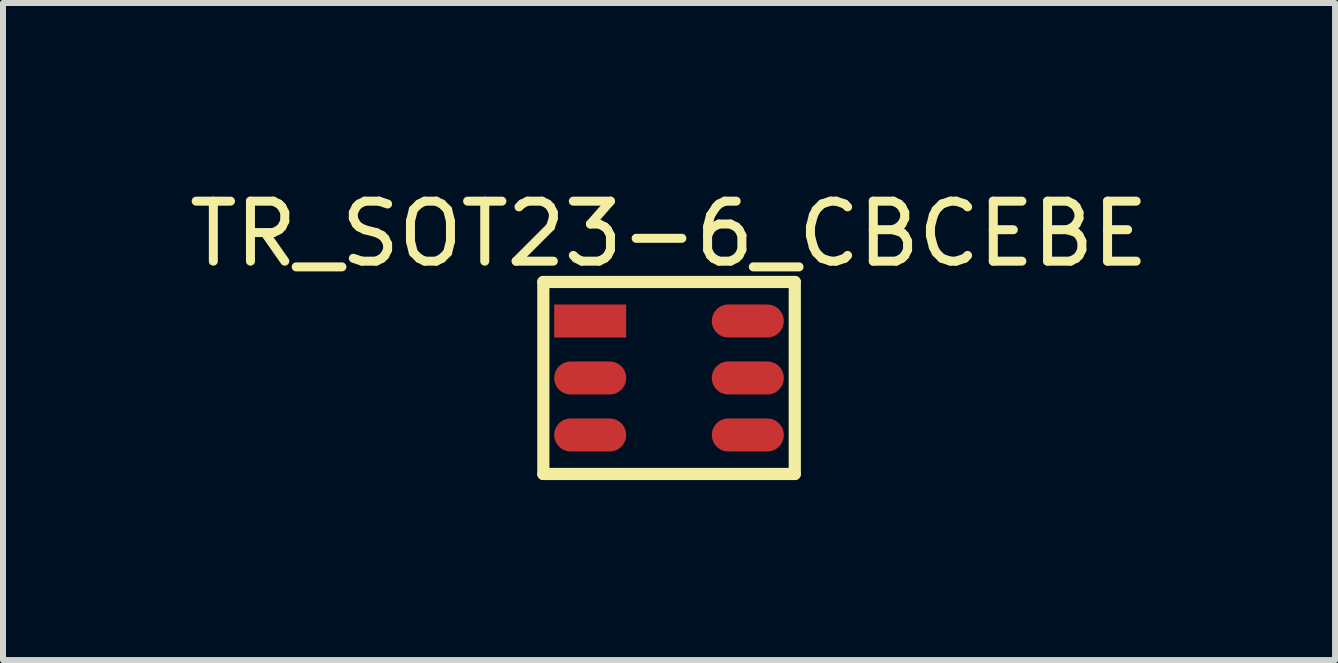
<source format=kicad_pcb>
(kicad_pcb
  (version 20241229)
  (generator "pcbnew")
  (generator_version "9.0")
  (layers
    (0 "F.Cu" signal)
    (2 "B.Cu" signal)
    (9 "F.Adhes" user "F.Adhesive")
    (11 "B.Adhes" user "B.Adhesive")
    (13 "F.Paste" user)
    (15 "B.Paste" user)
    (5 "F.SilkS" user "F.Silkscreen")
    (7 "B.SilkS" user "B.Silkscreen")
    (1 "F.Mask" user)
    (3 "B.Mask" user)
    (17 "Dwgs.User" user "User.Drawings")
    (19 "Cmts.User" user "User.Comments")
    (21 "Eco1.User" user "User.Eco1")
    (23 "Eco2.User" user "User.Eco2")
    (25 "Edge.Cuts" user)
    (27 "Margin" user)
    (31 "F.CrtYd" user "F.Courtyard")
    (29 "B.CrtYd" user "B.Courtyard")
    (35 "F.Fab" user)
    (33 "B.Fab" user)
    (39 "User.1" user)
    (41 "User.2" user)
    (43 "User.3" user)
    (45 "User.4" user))
  (footprint "TR_SOT23-6_CBCEBE"
    (layer "F.Cu")
    (at 8.114 3.25)
    (property "Reference" "TR_SOT23-6_CBCEBE" (at -0.013 -2.402 0) (layer "F.SilkS") (effects (font (size 1 1) (thickness 0.15))))
    (fp_line (start -2.108 -1.6) (end 2.083 -1.6) (stroke (width 0.203) (type solid)) (layer "F.SilkS"))
    (fp_line (start -2.108 1.6) (end -2.108 -1.6) (stroke (width 0.203) (type solid)) (layer "F.SilkS"))
    (fp_line (start -2.108 1.6) (end 2.083 1.6) (stroke (width 0.203) (type solid)) (layer "F.SilkS"))
    (fp_line (start 2.083 1.6) (end 2.083 -1.6) (stroke (width 0.203) (type solid)) (layer "F.SilkS"))
    (pad "B1" smd oval (at -1.327 0 90) (size 0.55 1.2) (layers "F.Cu" "F.Mask" "F.Paste"))
    (pad "B2" smd oval (at 1.3 0 90) (size 0.55 1.2) (layers "F.Cu" "F.Mask" "F.Paste"))
    (pad "C1" smd rect (at -1.327 -0.95 90) (size 0.55 1.2) (layers "F.Cu" "F.Mask" "F.Paste"))
    (pad "C2" smd oval (at -1.327 0.95 90) (size 0.55 1.2) (layers "F.Cu" "F.Mask" "F.Paste"))
    (pad "E1" smd oval (at 1.3 -0.95 90) (size 0.55 1.2) (layers "F.Cu" "F.Mask" "F.Paste"))
    (pad "E2" smd oval (at 1.3 0.95 90) (size 0.55 1.2) (layers "F.Cu" "F.Mask" "F.Paste")))
  (gr_rect
    (start -3 -3)
    (end 19.202 7.952)
    (stroke (width 0.1) (type default))
    (fill no)
    (layer "Edge.Cuts")))
</source>
